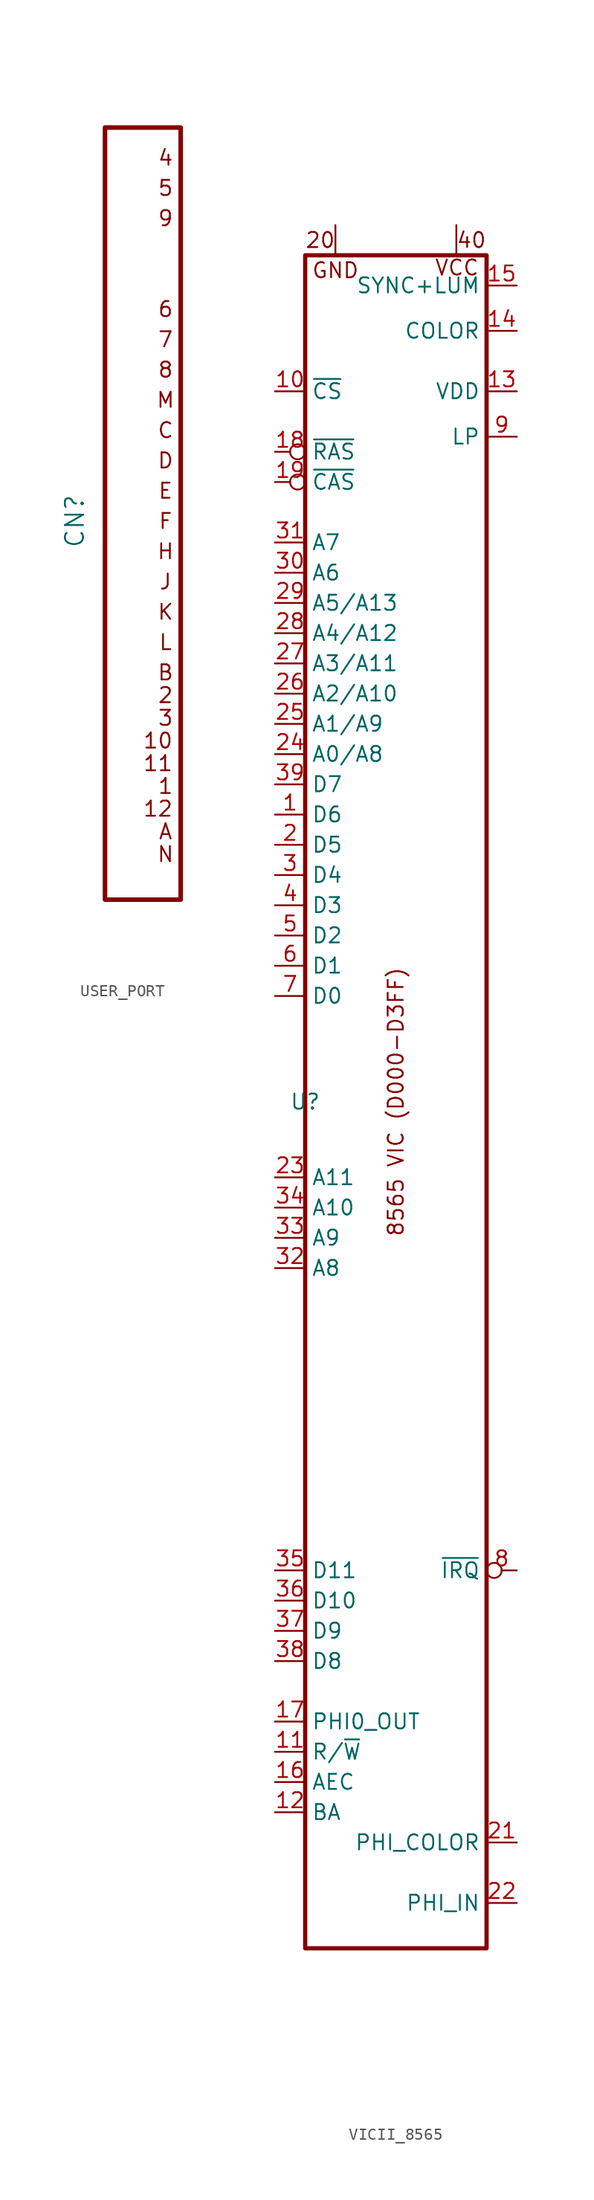
<source format=kicad_sym>
(kicad_symbol_lib
  (version 20220914)
  (generator kicad_symbol_editor)
  (symbol "USER_PORT"
    (property "Reference" "CN"
      (at -5.08 0 90)
      (effects (font (size 1.524 1.524))))
    (property "Value" ""
      (at 0 1.27 0)
      (effects (font (size 1.27 1.27))))
    (symbol "USER_PORT_0_0"
      (text "1" (at 2.54 -22.225 0) (effects (font (size 1.27 1.27))))
      (text "10" (at 1.905 -18.415 0) (effects (font (size 1.27 1.27))))
      (text "11" (at 1.905 -20.32 0) (effects (font (size 1.27 1.27))))
      (text "12" (at 1.905 -24.13 0) (effects (font (size 1.27 1.27))))
      (text "2" (at 2.54 -14.605 0) (effects (font (size 1.27 1.27))))
      (text "3" (at 2.54 -16.51 0) (effects (font (size 1.27 1.27))))
      (text "4" (at 2.54 30.48 0) (effects (font (size 1.27 1.27))))
      (text "5" (at 2.54 27.94 0) (effects (font (size 1.27 1.27))))
      (text "6" (at 2.54 17.78 0) (effects (font (size 1.27 1.27))))
      (text "7" (at 2.54 15.24 0) (effects (font (size 1.27 1.27))))
      (text "8" (at 2.54 12.7 0) (effects (font (size 1.27 1.27))))
      (text "9" (at 2.54 25.4 0) (effects (font (size 1.27 1.27))))
      (text "A" (at 2.54 -26.035 0) (effects (font (size 1.27 1.27))))
      (text "B" (at 2.54 -12.7 0) (effects (font (size 1.27 1.27))))
      (text "C" (at 2.54 7.62 0) (effects (font (size 1.27 1.27))))
      (text "D" (at 2.54 5.08 0) (effects (font (size 1.27 1.27))))
      (text "E" (at 2.54 2.54 0) (effects (font (size 1.27 1.27))))
      (text "F" (at 2.54 0 0) (effects (font (size 1.27 1.27))))
      (text "H" (at 2.54 -2.54 0) (effects (font (size 1.27 1.27))))
      (text "J" (at 2.54 -5.08 0) (effects (font (size 1.27 1.27))))
      (text "K" (at 2.54 -7.62 0) (effects (font (size 1.27 1.27))))
      (text "L" (at 2.54 -10.16 0) (effects (font (size 1.27 1.27))))
      (text "M" (at 2.54 10.16 0) (effects (font (size 1.27 1.27))))
      (text "N" (at 2.54 -27.94 0) (effects (font (size 1.27 1.27)))))
    (symbol "USER_PORT_0_1"
      (rectangle (start -2.54 33.02) (end 3.81 -31.75) (stroke (width 0.381) (type default)) (fill (type none))))
    (symbol "USER_PORT_1_1"
      (pin input line (at 3.81 -22.225 0) (length 0) hide (name "" (effects (font (size 1.27 1.27)))) (number "1" (effects (font (size 1.27 1.27)))))
      (pin input line (at 3.81 -18.415 0) (length 0) hide (name "" (effects (font (size 1.27 1.27)))) (number "10" (effects (font (size 1.27 1.27)))))
      (pin input line (at 3.81 -20.32 0) (length 0) hide (name "" (effects (font (size 1.27 1.27)))) (number "11" (effects (font (size 1.27 1.27)))))
      (pin input line (at 3.81 -24.13 0) (length 0) hide (name "" (effects (font (size 1.27 1.27)))) (number "12" (effects (font (size 1.27 1.27)))))
      (pin input line (at 3.81 -14.605 0) (length 0) hide (name "" (effects (font (size 1.27 1.27)))) (number "2" (effects (font (size 1.27 1.27)))))
      (pin input line (at 3.81 -16.51 0) (length 0) hide (name "" (effects (font (size 1.27 1.27)))) (number "3" (effects (font (size 1.27 1.27)))))
      (pin input line (at 3.81 30.48 0) (length 0) hide (name "" (effects (font (size 1.27 1.27)))) (number "4" (effects (font (size 1.27 1.27)))))
      (pin input line (at 3.81 27.94 0) (length 0) hide (name "" (effects (font (size 1.27 1.27)))) (number "5" (effects (font (size 1.27 1.27)))))
      (pin input line (at 3.81 17.78 0) (length 0) hide (name "" (effects (font (size 1.27 1.27)))) (number "6" (effects (font (size 1.27 1.27)))))
      (pin input line (at 3.81 15.24 0) (length 0) hide (name "" (effects (font (size 1.27 1.27)))) (number "7" (effects (font (size 1.27 1.27)))))
      (pin input line (at 3.81 12.7 0) (length 0) hide (name "" (effects (font (size 1.27 1.27)))) (number "8" (effects (font (size 1.27 1.27)))))
      (pin input line (at 3.81 25.4 0) (length 0) hide (name "" (effects (font (size 1.27 1.27)))) (number "9" (effects (font (size 1.27 1.27)))))
      (pin input line (at 3.81 -26.035 0) (length 0) hide (name "" (effects (font (size 1.27 1.27)))) (number "A" (effects (font (size 1.27 1.27)))))
      (pin input line (at 3.81 -12.7 0) (length 0) hide (name "" (effects (font (size 1.27 1.27)))) (number "B" (effects (font (size 1.27 1.27)))))
      (pin input line (at 3.81 7.62 0) (length 0) hide (name "" (effects (font (size 1.27 1.27)))) (number "C" (effects (font (size 1.27 1.27)))))
      (pin input line (at 3.81 5.08 0) (length 0) hide (name "" (effects (font (size 1.27 1.27)))) (number "D" (effects (font (size 1.27 1.27)))))
      (pin input line (at 3.81 2.54 0) (length 0) hide (name "" (effects (font (size 1.27 1.27)))) (number "E" (effects (font (size 1.27 1.27)))))
      (pin input line (at 3.81 0 0) (length 0) hide (name "" (effects (font (size 1.27 1.27)))) (number "F" (effects (font (size 1.27 1.27)))))
      (pin input line (at 3.81 -2.54 0) (length 0) hide (name "" (effects (font (size 1.27 1.27)))) (number "H" (effects (font (size 1.27 1.27)))))
      (pin input line (at 3.81 -5.08 0) (length 0) hide (name "" (effects (font (size 1.27 1.27)))) (number "J" (effects (font (size 1.27 1.27)))))
      (pin input line (at 3.81 -7.62 0) (length 0) hide (name "" (effects (font (size 1.27 1.27)))) (number "K" (effects (font (size 1.27 1.27)))))
      (pin input line (at 3.81 -10.16 0) (length 0) hide (name "" (effects (font (size 1.27 1.27)))) (number "L" (effects (font (size 1.27 1.27)))))
      (pin input line (at 3.81 10.16 0) (length 0) hide (name "" (effects (font (size 1.27 1.27)))) (number "M" (effects (font (size 1.27 1.27)))))
      (pin input line (at 3.81 -27.94 0) (length 0) hide (name "" (effects (font (size 1.27 1.27)))) (number "N" (effects (font (size 1.27 1.27)))))))
  (symbol "VICII_8565"
    (property "Reference" "U"
      (at -7.62 0 0)
      (effects (font (size 1.27 1.27))))
    (property "Value" ""
      (at 0 0 0)
      (effects (font (size 1.27 1.27))))
    (symbol "VICII_8565_0_0"
      (polyline (pts (xy -5.08 71.12) (xy -5.08 73.66)) (stroke (width 0) (type default)) (fill (type none)))
      (polyline (pts (xy 5.08 71.12) (xy 5.08 73.66)) (stroke (width 0) (type default)) (fill (type none)))
      (text "20" (at -6.35 72.39 0) (effects (font (size 1.27 1.27))))
      (text "40" (at 6.35 72.39 0) (effects (font (size 1.27 1.27))))
      (text "8565 VIC (D000-D3FF)" (at 0 0 900) (effects (font (size 1.27 1.27))))
      (text "GND" (at -5.08 69.85 0) (effects (font (size 1.27 1.27))))
      (text "VCC" (at 5.13 70.082 0) (effects (font (size 1.27 1.27)))))
    (symbol "VICII_8565_0_1"
      (rectangle (start -7.62 71.12) (end 7.62 -71.12) (stroke (width 0.356) (type default)) (fill (type none))))
    (symbol "VICII_8565_1_1"
      (pin input line (at -10.16 24.13 0) (length 2.54) (name "D6" (effects (font (size 1.27 1.27)))) (number "1" (effects (font (size 1.27 1.27)))))
      (pin input line (at -10.16 59.69 0) (length 2.54) (name "~{CS}" (effects (font (size 1.27 1.27)))) (number "10" (effects (font (size 1.27 1.27)))))
      (pin input line (at -10.16 -54.61 0) (length 2.54) (name "R/~{W}" (effects (font (size 1.27 1.27)))) (number "11" (effects (font (size 1.27 1.27)))))
      (pin input line (at -10.16 -59.69 0) (length 2.54) (name "BA" (effects (font (size 1.27 1.27)))) (number "12" (effects (font (size 1.27 1.27)))))
      (pin input line (at 10.16 59.69 180) (length 2.54) (name "VDD" (effects (font (size 1.27 1.27)))) (number "13" (effects (font (size 1.27 1.27)))))
      (pin input line (at 10.16 64.77 180) (length 2.54) (name "COLOR" (effects (font (size 1.27 1.27)))) (number "14" (effects (font (size 1.27 1.27)))))
      (pin input line (at 10.16 68.58 180) (length 2.54) (name "SYNC+LUM" (effects (font (size 1.27 1.27)))) (number "15" (effects (font (size 1.27 1.27)))))
      (pin input line (at -10.16 -57.15 0) (length 2.54) (name "AEC" (effects (font (size 1.27 1.27)))) (number "16" (effects (font (size 1.27 1.27)))))
      (pin input line (at -10.16 -52.07 0) (length 2.54) (name "PHI0_OUT" (effects (font (size 1.27 1.27)))) (number "17" (effects (font (size 1.27 1.27)))))
      (pin input inverted (at -10.16 54.61 0) (length 2.54) (name "~{RAS}" (effects (font (size 1.27 1.27)))) (number "18" (effects (font (size 1.27 1.27)))))
      (pin input inverted (at -10.16 52.07 0) (length 2.54) (name "~{CAS}" (effects (font (size 1.27 1.27)))) (number "19" (effects (font (size 1.27 1.27)))))
      (pin input line (at -10.16 21.59 0) (length 2.54) (name "D5" (effects (font (size 1.27 1.27)))) (number "2" (effects (font (size 1.27 1.27)))))
      (pin input line (at -5.08 73.66 270) (length 2.54) hide (name "GND" (effects (font (size 1.27 1.27)))) (number "20" (effects (font (size 1.27 1.27)))))
      (pin input line (at 10.16 -62.23 180) (length 2.54) (name "PHI_COLOR" (effects (font (size 1.27 1.27)))) (number "21" (effects (font (size 1.27 1.27)))))
      (pin input line (at 10.16 -67.31 180) (length 2.54) (name "PHI_IN" (effects (font (size 1.27 1.27)))) (number "22" (effects (font (size 1.27 1.27)))))
      (pin input line (at -10.16 -6.35 0) (length 2.54) (name "A11" (effects (font (size 1.27 1.27)))) (number "23" (effects (font (size 1.27 1.27)))))
      (pin input line (at -10.16 29.21 0) (length 2.54) (name "A0/A8" (effects (font (size 1.27 1.27)))) (number "24" (effects (font (size 1.27 1.27)))))
      (pin input line (at -10.16 31.75 0) (length 2.54) (name "A1/A9" (effects (font (size 1.27 1.27)))) (number "25" (effects (font (size 1.27 1.27)))))
      (pin input line (at -10.16 34.29 0) (length 2.54) (name "A2/A10" (effects (font (size 1.27 1.27)))) (number "26" (effects (font (size 1.27 1.27)))))
      (pin input line (at -10.16 36.83 0) (length 2.54) (name "A3/A11" (effects (font (size 1.27 1.27)))) (number "27" (effects (font (size 1.27 1.27)))))
      (pin input line (at -10.16 39.37 0) (length 2.54) (name "A4/A12" (effects (font (size 1.27 1.27)))) (number "28" (effects (font (size 1.27 1.27)))))
      (pin input line (at -10.16 41.91 0) (length 2.54) (name "A5/A13" (effects (font (size 1.27 1.27)))) (number "29" (effects (font (size 1.27 1.27)))))
      (pin input line (at -10.16 19.05 0) (length 2.54) (name "D4" (effects (font (size 1.27 1.27)))) (number "3" (effects (font (size 1.27 1.27)))))
      (pin input line (at -10.16 44.45 0) (length 2.54) (name "A6" (effects (font (size 1.27 1.27)))) (number "30" (effects (font (size 1.27 1.27)))))
      (pin input line (at -10.16 46.99 0) (length 2.54) (name "A7" (effects (font (size 1.27 1.27)))) (number "31" (effects (font (size 1.27 1.27)))))
      (pin input line (at -10.16 -13.97 0) (length 2.54) (name "A8" (effects (font (size 1.27 1.27)))) (number "32" (effects (font (size 1.27 1.27)))))
      (pin input line (at -10.16 -11.43 0) (length 2.54) (name "A9" (effects (font (size 1.27 1.27)))) (number "33" (effects (font (size 1.27 1.27)))))
      (pin input line (at -10.16 -8.89 0) (length 2.54) (name "A10" (effects (font (size 1.27 1.27)))) (number "34" (effects (font (size 1.27 1.27)))))
      (pin input line (at -10.16 -39.37 0) (length 2.54) (name "D11" (effects (font (size 1.27 1.27)))) (number "35" (effects (font (size 1.27 1.27)))))
      (pin input line (at -10.16 -41.91 0) (length 2.54) (name "D10" (effects (font (size 1.27 1.27)))) (number "36" (effects (font (size 1.27 1.27)))))
      (pin input line (at -10.16 -44.45 0) (length 2.54) (name "D9" (effects (font (size 1.27 1.27)))) (number "37" (effects (font (size 1.27 1.27)))))
      (pin input line (at -10.16 -46.99 0) (length 2.54) (name "D8" (effects (font (size 1.27 1.27)))) (number "38" (effects (font (size 1.27 1.27)))))
      (pin input line (at -10.16 26.67 0) (length 2.54) (name "D7" (effects (font (size 1.27 1.27)))) (number "39" (effects (font (size 1.27 1.27)))))
      (pin input line (at -10.16 16.51 0) (length 2.54) (name "D3" (effects (font (size 1.27 1.27)))) (number "4" (effects (font (size 1.27 1.27)))))
      (pin input line (at 5.08 73.66 270) (length 2.54) hide (name "GND" (effects (font (size 1.27 1.27)))) (number "40" (effects (font (size 1.27 1.27)))))
      (pin input line (at -10.16 13.97 0) (length 2.54) (name "D2" (effects (font (size 1.27 1.27)))) (number "5" (effects (font (size 1.27 1.27)))))
      (pin input line (at -10.16 11.43 0) (length 2.54) (name "D1" (effects (font (size 1.27 1.27)))) (number "6" (effects (font (size 1.27 1.27)))))
      (pin input line (at -10.16 8.89 0) (length 2.54) (name "D0" (effects (font (size 1.27 1.27)))) (number "7" (effects (font (size 1.27 1.27)))))
      (pin input inverted (at 10.16 -39.37 180) (length 2.54) (name "~{IRQ}" (effects (font (size 1.27 1.27)))) (number "8" (effects (font (size 1.27 1.27)))))
      (pin input line (at 10.16 55.88 180) (length 2.54) (name "LP" (effects (font (size 1.27 1.27)))) (number "9" (effects (font (size 1.27 1.27))))))))
</source>
